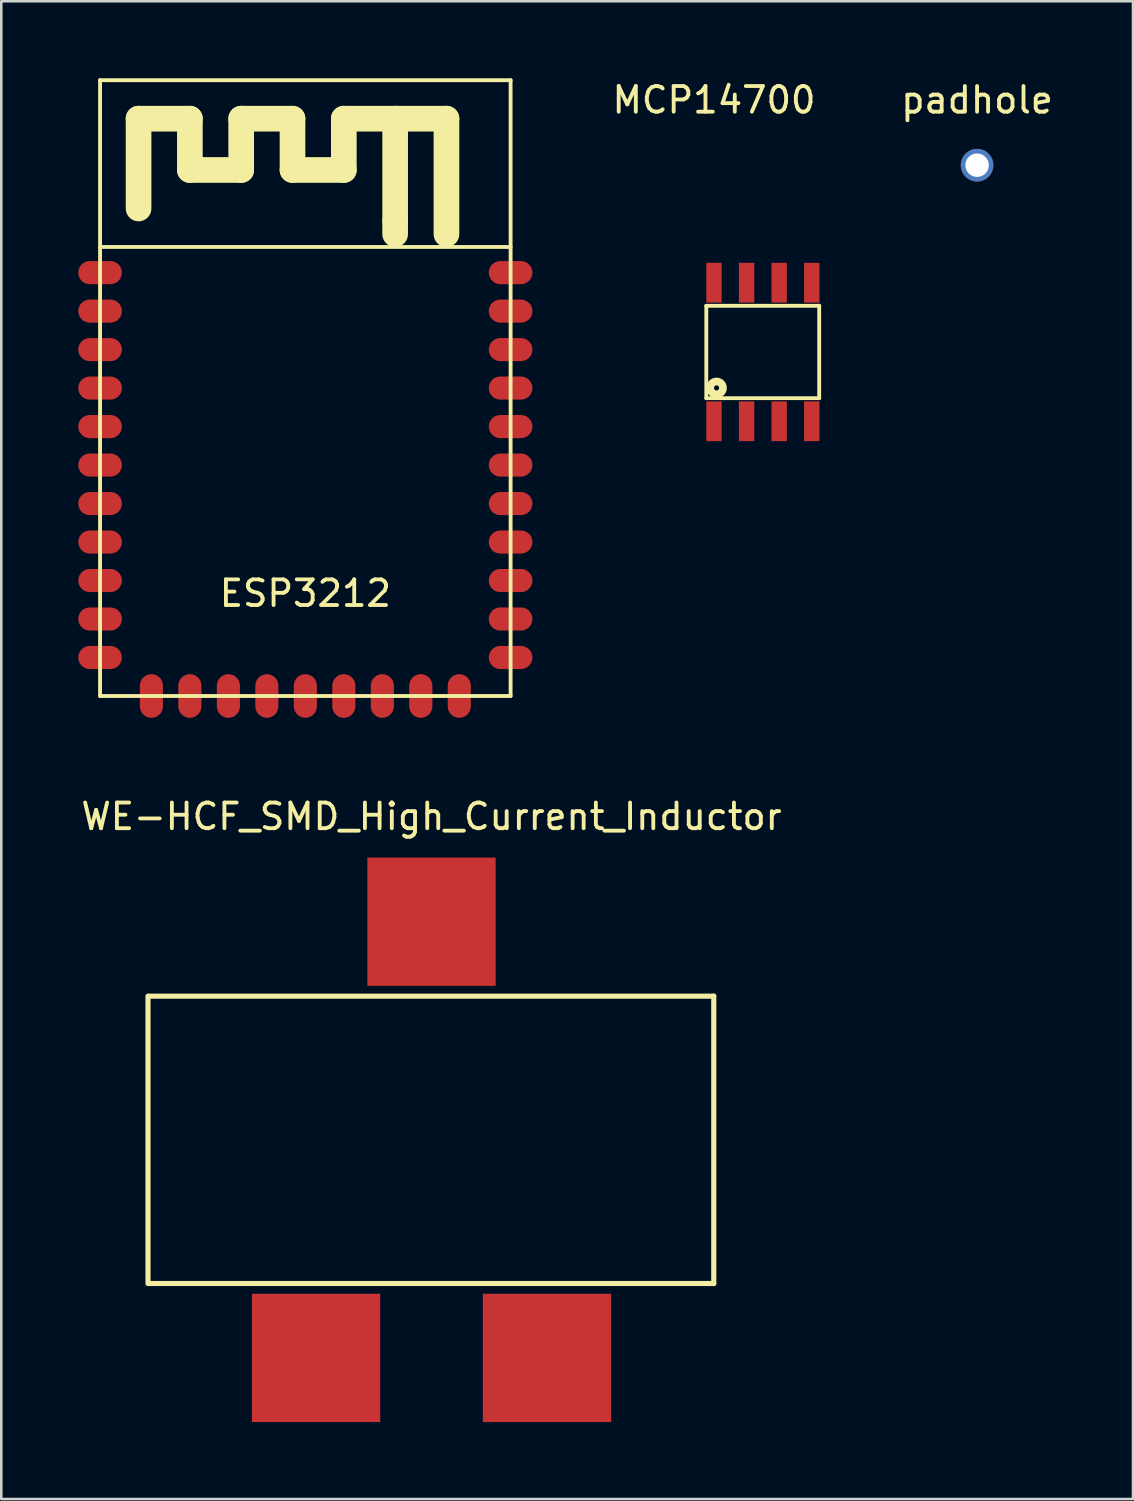
<source format=kicad_pcb>
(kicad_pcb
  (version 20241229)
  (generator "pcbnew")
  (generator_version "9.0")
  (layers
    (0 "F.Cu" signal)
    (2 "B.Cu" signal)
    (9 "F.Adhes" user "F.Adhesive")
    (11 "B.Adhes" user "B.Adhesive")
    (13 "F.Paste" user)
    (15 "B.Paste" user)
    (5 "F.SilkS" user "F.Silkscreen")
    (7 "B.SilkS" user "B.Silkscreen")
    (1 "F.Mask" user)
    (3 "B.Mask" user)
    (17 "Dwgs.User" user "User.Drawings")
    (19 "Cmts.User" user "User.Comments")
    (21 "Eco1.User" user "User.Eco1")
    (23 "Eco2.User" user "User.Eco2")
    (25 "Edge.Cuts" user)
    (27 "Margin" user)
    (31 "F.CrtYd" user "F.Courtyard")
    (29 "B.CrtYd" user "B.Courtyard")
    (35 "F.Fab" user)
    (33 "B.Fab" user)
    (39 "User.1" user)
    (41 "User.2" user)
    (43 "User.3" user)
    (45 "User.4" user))
  (footprint "WE-HCF_SMD_High_Current_Inductor"
    (layer "F.Cu")
    (at 13.768 41.373)
    (property "Reference" "WE-HCF_SMD_High_Current_Inductor" (at 0 -12.6 0) (layer "F.SilkS") (effects (font (size 1 1) (thickness 0.15))))
    (attr through_hole)
    (fp_line (start -11.05 -5.6) (end -11.05 5.6) (stroke (width 0.2) (type solid)) (layer "F.SilkS"))
    (fp_line (start 11 -5.6) (end -11 -5.6) (stroke (width 0.2) (type solid)) (layer "F.SilkS"))
    (fp_line (start 11 -5.6) (end 11 5.6) (stroke (width 0.2) (type solid)) (layer "F.SilkS"))
    (fp_line (start 11 5.6) (end -11 5.6) (stroke (width 0.2) (type solid)) (layer "F.SilkS"))
    (pad "1" smd rect (at 4.5 8.5) (size 5 5) (layers "F.Cu" "F.Mask" "F.Paste"))
    (pad "2" smd rect (at -4.5 8.5) (size 5 5) (layers "F.Cu" "F.Mask" "F.Paste"))
    (pad "3" smd rect (at 0 -8.5) (size 5 5) (layers "F.Cu" "F.Mask" "F.Paste")))
  (footprint "MCP14700"
    (layer "F.Cu")
    (at 24.777 7.968)
    (property "Reference" "MCP14700" (at 0 -7.12 0) (layer "F.SilkS") (effects (font (size 1 1) (thickness 0.15))))
    (attr through_hole)
    (fp_line (start -0.3 0.9) (end 4.1 0.9) (stroke (width 0.15) (type solid)) (layer "F.SilkS"))
    (fp_line (start -0.3 4.5) (end -0.3 0.9) (stroke (width 0.15) (type solid)) (layer "F.SilkS"))
    (fp_line (start 4.1 0.9) (end 4.1 4.5) (stroke (width 0.15) (type solid)) (layer "F.SilkS"))
    (fp_line (start 4.1 4.5) (end -0.3 4.5) (stroke (width 0.15) (type solid)) (layer "F.SilkS"))
    (fp_circle (center 0.1 4.1) (end 0.1 4.2) (stroke (width 0.3) (type solid)) (fill no) (layer "F.SilkS"))
    (pad "1" smd rect (at 0 5.4) (size 0.6 1.55) (layers "F.Cu" "F.Mask" "F.Paste"))
    (pad "2" smd rect (at 1.27 5.4) (size 0.6 1.55) (layers "F.Cu" "F.Mask" "F.Paste"))
    (pad "3" smd rect (at 2.54 5.4) (size 0.6 1.55) (layers "F.Cu" "F.Mask" "F.Paste"))
    (pad "4" smd rect (at 3.81 5.4) (size 0.6 1.55) (layers "F.Cu" "F.Mask" "F.Paste"))
    (pad "5" smd rect (at 3.81 0) (size 0.6 1.55) (layers "F.Cu" "F.Mask" "F.Paste"))
    (pad "6" smd rect (at 2.54 0) (size 0.6 1.55) (layers "F.Cu" "F.Mask" "F.Paste"))
    (pad "7" smd rect (at 1.27 0) (size 0.6 1.55) (layers "F.Cu" "F.Mask" "F.Paste"))
    (pad "8" smd rect (at 0 0) (size 0.6 1.55) (layers "F.Cu" "F.Mask" "F.Paste")))
  (footprint "ESP3212"
    (layer "F.Cu")
    (at 8.85 14.075)
    (property "Reference" "ESP3212" (at 0 6 0) (layer "F.SilkS") (effects (font (size 1 1) (thickness 0.15))))
    (attr through_hole)
    (fp_line (start -8 -14) (end 8 -14) (stroke (width 0.15) (type solid)) (layer "F.SilkS"))
    (fp_line (start -8 -7.5) (end 8 -7.5) (stroke (width 0.15) (type solid)) (layer "F.SilkS"))
    (fp_line (start -8 10) (end -8 -14) (stroke (width 0.15) (type solid)) (layer "F.SilkS"))
    (fp_line (start -6.5 -12.5) (end -4.5 -12.5) (stroke (width 1) (type solid)) (layer "F.SilkS"))
    (fp_line (start -6.5 -9) (end -6.5 -12.5) (stroke (width 1) (type solid)) (layer "F.SilkS"))
    (fp_line (start -4.5 -12.5) (end -4.5 -10.5) (stroke (width 1) (type solid)) (layer "F.SilkS"))
    (fp_line (start -4.5 -10.5) (end -2.5 -10.5) (stroke (width 1) (type solid)) (layer "F.SilkS"))
    (fp_line (start -2.5 -12.5) (end -0.5 -12.5) (stroke (width 1) (type solid)) (layer "F.SilkS"))
    (fp_line (start -2.5 -10.5) (end -2.5 -12.5) (stroke (width 1) (type solid)) (layer "F.SilkS"))
    (fp_line (start -0.5 -12.5) (end -0.5 -10.5) (stroke (width 1) (type solid)) (layer "F.SilkS"))
    (fp_line (start -0.5 -10.5) (end 1.5 -10.5) (stroke (width 1) (type solid)) (layer "F.SilkS"))
    (fp_line (start 1.5 -12.5) (end 5.5 -12.5) (stroke (width 1) (type solid)) (layer "F.SilkS"))
    (fp_line (start 1.5 -10.5) (end 1.5 -12.5) (stroke (width 1) (type solid)) (layer "F.SilkS"))
    (fp_line (start 3.5 -12.5) (end 3.5 -8.5) (stroke (width 1) (type solid)) (layer "F.SilkS"))
    (fp_line (start 3.5 -8.5) (end 3.5 -8) (stroke (width 1) (type solid)) (layer "F.SilkS"))
    (fp_line (start 5.5 -12.5) (end 5.5 -8) (stroke (width 1) (type solid)) (layer "F.SilkS"))
    (fp_line (start 8 -14) (end 8 10) (stroke (width 0.15) (type solid)) (layer "F.SilkS"))
    (fp_line (start 8 10) (end -8 10) (stroke (width 0.15) (type solid)) (layer "F.SilkS"))
    (pad "1" smd oval (at -8 -6.5) (size 1.7 0.9) (layers "F.Cu" "F.Mask" "F.Paste"))
    (pad "2" smd oval (at -8 -5) (size 1.7 0.9) (layers "F.Cu" "F.Mask" "F.Paste"))
    (pad "3" smd oval (at -8 -3.5) (size 1.7 0.9) (layers "F.Cu" "F.Mask" "F.Paste"))
    (pad "4" smd oval (at -8 -2) (size 1.7 0.9) (layers "F.Cu" "F.Mask" "F.Paste"))
    (pad "5" smd oval (at -8 -0.5) (size 1.7 0.9) (layers "F.Cu" "F.Mask" "F.Paste"))
    (pad "6" smd oval (at -8 1) (size 1.7 0.9) (layers "F.Cu" "F.Mask" "F.Paste"))
    (pad "7" smd oval (at -8 2.5) (size 1.7 0.9) (layers "F.Cu" "F.Mask" "F.Paste"))
    (pad "8" smd oval (at -8 4) (size 1.7 0.9) (layers "F.Cu" "F.Mask" "F.Paste"))
    (pad "9" smd oval (at -8 5.5) (size 1.7 0.9) (layers "F.Cu" "F.Mask" "F.Paste"))
    (pad "10" smd oval (at -8 7) (size 1.7 0.9) (layers "F.Cu" "F.Mask" "F.Paste"))
    (pad "11" smd oval (at -8 8.5) (size 1.7 0.9) (layers "F.Cu" "F.Mask" "F.Paste"))
    (pad "12" smd oval (at -6 10) (size 0.9 1.7) (layers "F.Cu" "F.Mask" "F.Paste"))
    (pad "13" smd oval (at -4.5 10) (size 0.9 1.7) (layers "F.Cu" "F.Mask" "F.Paste"))
    (pad "14" smd oval (at -3 10) (size 0.9 1.7) (layers "F.Cu" "F.Mask" "F.Paste"))
    (pad "15" smd oval (at -1.5 10) (size 0.9 1.7) (layers "F.Cu" "F.Mask" "F.Paste"))
    (pad "16" smd oval (at 0 10) (size 0.9 1.7) (layers "F.Cu" "F.Mask" "F.Paste"))
    (pad "17" smd oval (at 1.5 10) (size 0.9 1.7) (layers "F.Cu" "F.Mask" "F.Paste"))
    (pad "18" smd oval (at 3 10) (size 0.9 1.7) (layers "F.Cu" "F.Mask" "F.Paste"))
    (pad "19" smd oval (at 4.5 10) (size 0.9 1.7) (layers "F.Cu" "F.Mask" "F.Paste"))
    (pad "20" smd oval (at 6 10) (size 0.9 1.7) (layers "F.Cu" "F.Mask" "F.Paste"))
    (pad "21" smd oval (at 8 8.5) (size 1.7 0.9) (layers "F.Cu" "F.Mask" "F.Paste"))
    (pad "22" smd oval (at 8 7) (size 1.7 0.9) (layers "F.Cu" "F.Mask" "F.Paste"))
    (pad "23" smd oval (at 8 5.5) (size 1.7 0.9) (layers "F.Cu" "F.Mask" "F.Paste"))
    (pad "24" smd oval (at 8 4) (size 1.7 0.9) (layers "F.Cu" "F.Mask" "F.Paste"))
    (pad "25" smd oval (at 8 2.5) (size 1.7 0.9) (layers "F.Cu" "F.Mask" "F.Paste"))
    (pad "26" smd oval (at 8 1) (size 1.7 0.9) (layers "F.Cu" "F.Mask" "F.Paste"))
    (pad "27" smd oval (at 8 -0.5) (size 1.7 0.9) (layers "F.Cu" "F.Mask" "F.Paste"))
    (pad "28" smd oval (at 8 -2) (size 1.7 0.9) (layers "F.Cu" "F.Mask" "F.Paste"))
    (pad "29" smd oval (at 8 -3.5) (size 1.7 0.9) (layers "F.Cu" "F.Mask" "F.Paste"))
    (pad "30" smd oval (at 8 -5) (size 1.7 0.9) (layers "F.Cu" "F.Mask" "F.Paste"))
    (pad "31" smd oval (at 8 -6.5) (size 1.7 0.9) (layers "F.Cu" "F.Mask" "F.Paste")))
  (footprint "padhole"
    (layer "F.Cu")
    (at 35.03 3.388)
    (property "Reference" "padhole" (at 0 -2.54 0) (layer "F.SilkS") (effects (font (size 1 1) (thickness 0.15))))
    (attr through_hole)
    (pad "1" thru_hole circle (at 0 0) (size 1.27 1.27) (drill 0.914) (layers "*.Cu" "*.Mask")))
  (gr_rect
    (start -3 -3)
    (end 41.107 55.373)
    (stroke (width 0.1) (type default))
    (fill no)
    (layer "Edge.Cuts")))
</source>
